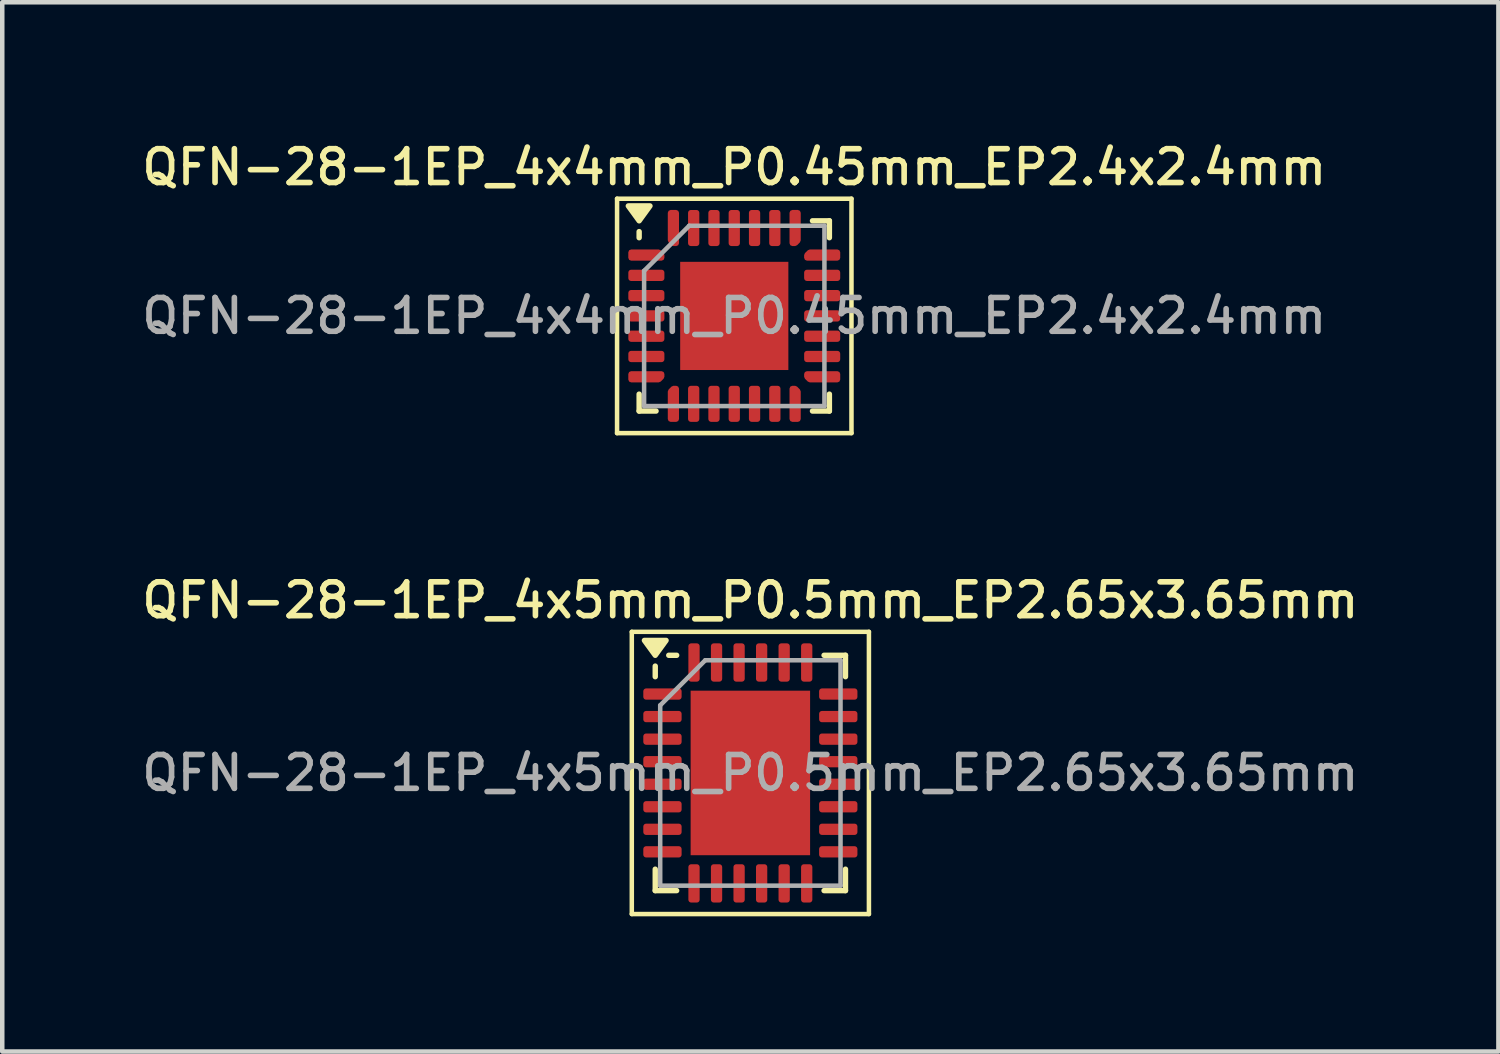
<source format=kicad_pcb>
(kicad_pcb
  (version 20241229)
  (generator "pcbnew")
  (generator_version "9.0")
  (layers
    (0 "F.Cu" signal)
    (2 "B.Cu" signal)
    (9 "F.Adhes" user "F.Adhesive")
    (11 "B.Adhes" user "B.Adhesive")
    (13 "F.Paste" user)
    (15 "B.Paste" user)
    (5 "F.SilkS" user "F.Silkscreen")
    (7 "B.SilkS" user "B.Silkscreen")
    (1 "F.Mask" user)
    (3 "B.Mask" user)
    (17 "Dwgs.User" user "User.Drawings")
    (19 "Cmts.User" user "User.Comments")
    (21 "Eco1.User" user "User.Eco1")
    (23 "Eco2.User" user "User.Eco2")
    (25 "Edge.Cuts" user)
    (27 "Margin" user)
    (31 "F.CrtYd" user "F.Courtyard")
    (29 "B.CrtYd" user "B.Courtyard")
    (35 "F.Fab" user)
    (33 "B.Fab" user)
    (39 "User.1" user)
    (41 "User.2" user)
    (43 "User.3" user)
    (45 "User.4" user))
  (footprint "QFN-28-1EP_4x4mm_P0.45mm_EP2.4x2.4mm"
    (layer "F.Cu")
    (at 13.238 3.958)
    (property "Reference" "QFN-28-1EP_4x4mm_P0.45mm_EP2.4x2.4mm" (at 0 -3.3 0) (layer "F.SilkS") (effects (font (size 0.75 0.75) (thickness 0.125))))
    (attr smd)
    (fp_line (start -2.6 -2.6) (end -2.6 2.6) (stroke (width 0.1) (type solid)) (layer "F.SilkS"))
    (fp_line (start -2.6 2.6) (end 2.6 2.6) (stroke (width 0.1) (type solid)) (layer "F.SilkS"))
    (fp_line (start -2.11 -1.735) (end -2.11 -1.87) (stroke (width 0.12) (type solid)) (layer "F.SilkS"))
    (fp_line (start -2.11 2.11) (end -2.11 1.735) (stroke (width 0.12) (type solid)) (layer "F.SilkS"))
    (fp_line (start -1.735 2.11) (end -2.11 2.11) (stroke (width 0.12) (type solid)) (layer "F.SilkS"))
    (fp_line (start 1.735 -2.11) (end 2.11 -2.11) (stroke (width 0.12) (type solid)) (layer "F.SilkS"))
    (fp_line (start 1.735 2.11) (end 2.11 2.11) (stroke (width 0.12) (type solid)) (layer "F.SilkS"))
    (fp_line (start 2.11 -2.11) (end 2.11 -1.735) (stroke (width 0.12) (type solid)) (layer "F.SilkS"))
    (fp_line (start 2.11 2.11) (end 2.11 1.735) (stroke (width 0.12) (type solid)) (layer "F.SilkS"))
    (fp_line (start 2.6 -2.6) (end -2.6 -2.6) (stroke (width 0.1) (type solid)) (layer "F.SilkS"))
    (fp_line (start 2.6 2.6) (end 2.6 -2.6) (stroke (width 0.1) (type solid)) (layer "F.SilkS"))
    (fp_poly (pts (xy -2.11 -2.11) (xy -2.35 -2.44) (xy -1.87 -2.44) (xy -2.11 -2.11)) (stroke (width 0.12) (type solid)) (fill yes) (layer "F.SilkS"))
    (fp_line (start -2 -1) (end -1 -2) (stroke (width 0.1) (type solid)) (layer "F.Fab"))
    (fp_line (start -2 2) (end -2 -1) (stroke (width 0.1) (type solid)) (layer "F.Fab"))
    (fp_line (start -1 -2) (end 2 -2) (stroke (width 0.1) (type solid)) (layer "F.Fab"))
    (fp_line (start 2 -2) (end 2 2) (stroke (width 0.1) (type solid)) (layer "F.Fab"))
    (fp_line (start 2 2) (end -2 2) (stroke (width 0.1) (type solid)) (layer "F.Fab"))
    (fp_text user "${REFERENCE}" (at 0 0 0) (layer "F.Fab") (effects (font (size 0.75 0.75) (thickness 0.125))))
    (pad "" smd roundrect (at -0.6 -0.6) (size 0.97 0.97) (layers "F.Paste") (roundrect_rratio 0.25))
    (pad "" smd roundrect (at -0.6 0.6) (size 0.97 0.97) (layers "F.Paste") (roundrect_rratio 0.25))
    (pad "" smd roundrect (at 0.6 -0.6) (size 0.97 0.97) (layers "F.Paste") (roundrect_rratio 0.25))
    (pad "" smd roundrect (at 0.6 0.6) (size 0.97 0.97) (layers "F.Paste") (roundrect_rratio 0.25))
    (pad "1" smd custom (at -1.95 -1.35) (size 0.179 0.179) (layers "F.Cu" "F.Mask" "F.Paste") (options (anchor circle)) (primitives (gr_poly (pts (xy -0.338 -0.062) (xy 0.274 -0.062) (xy 0.338 0.001) (xy 0.338 0.062) (xy -0.338 0.062)) (width 0.125) (fill yes))))
    (pad "2" smd roundrect (at -1.95 -0.9) (size 0.8 0.25) (layers "F.Cu" "F.Mask" "F.Paste") (roundrect_rratio 0.25))
    (pad "3" smd roundrect (at -1.95 -0.45) (size 0.8 0.25) (layers "F.Cu" "F.Mask" "F.Paste") (roundrect_rratio 0.25))
    (pad "4" smd roundrect (at -1.95 0) (size 0.8 0.25) (layers "F.Cu" "F.Mask" "F.Paste") (roundrect_rratio 0.25))
    (pad "5" smd roundrect (at -1.95 0.45) (size 0.8 0.25) (layers "F.Cu" "F.Mask" "F.Paste") (roundrect_rratio 0.25))
    (pad "6" smd roundrect (at -1.95 0.9) (size 0.8 0.25) (layers "F.Cu" "F.Mask" "F.Paste") (roundrect_rratio 0.25))
    (pad "7" smd custom (at -1.95 1.35) (size 0.179 0.179) (layers "F.Cu" "F.Mask" "F.Paste") (options (anchor circle)) (primitives (gr_poly (pts (xy -0.338 -0.062) (xy 0.338 -0.062) (xy 0.338 -0.001) (xy 0.274 0.062) (xy -0.338 0.062)) (width 0.125) (fill yes))))
    (pad "8" smd custom (at -1.35 1.95) (size 0.179 0.179) (layers "F.Cu" "F.Mask" "F.Paste") (options (anchor circle)) (primitives (gr_poly (pts (xy -0.062 -0.274) (xy 0.001 -0.338) (xy 0.062 -0.338) (xy 0.062 0.338) (xy -0.062 0.338)) (width 0.125) (fill yes))))
    (pad "9" smd roundrect (at -0.9 1.95) (size 0.25 0.8) (layers "F.Cu" "F.Mask" "F.Paste") (roundrect_rratio 0.25))
    (pad "10" smd roundrect (at -0.45 1.95) (size 0.25 0.8) (layers "F.Cu" "F.Mask" "F.Paste") (roundrect_rratio 0.25))
    (pad "11" smd roundrect (at 0 1.95) (size 0.25 0.8) (layers "F.Cu" "F.Mask" "F.Paste") (roundrect_rratio 0.25))
    (pad "12" smd roundrect (at 0.45 1.95) (size 0.25 0.8) (layers "F.Cu" "F.Mask" "F.Paste") (roundrect_rratio 0.25))
    (pad "13" smd roundrect (at 0.9 1.95) (size 0.25 0.8) (layers "F.Cu" "F.Mask" "F.Paste") (roundrect_rratio 0.25))
    (pad "14" smd custom (at 1.35 1.95) (size 0.179 0.179) (layers "F.Cu" "F.Mask" "F.Paste") (options (anchor circle)) (primitives (gr_poly (pts (xy -0.062 -0.338) (xy -0.001 -0.338) (xy 0.062 -0.274) (xy 0.062 0.338) (xy -0.062 0.338)) (width 0.125) (fill yes))))
    (pad "15" smd custom (at 1.95 1.35) (size 0.179 0.179) (layers "F.Cu" "F.Mask" "F.Paste") (options (anchor circle)) (primitives (gr_poly (pts (xy -0.338 -0.062) (xy 0.338 -0.062) (xy 0.338 0.062) (xy -0.274 0.062) (xy -0.338 -0.001)) (width 0.125) (fill yes))))
    (pad "16" smd roundrect (at 1.95 0.9) (size 0.8 0.25) (layers "F.Cu" "F.Mask" "F.Paste") (roundrect_rratio 0.25))
    (pad "17" smd roundrect (at 1.95 0.45) (size 0.8 0.25) (layers "F.Cu" "F.Mask" "F.Paste") (roundrect_rratio 0.25))
    (pad "18" smd roundrect (at 1.95 0) (size 0.8 0.25) (layers "F.Cu" "F.Mask" "F.Paste") (roundrect_rratio 0.25))
    (pad "19" smd roundrect (at 1.95 -0.45) (size 0.8 0.25) (layers "F.Cu" "F.Mask" "F.Paste") (roundrect_rratio 0.25))
    (pad "20" smd roundrect (at 1.95 -0.9) (size 0.8 0.25) (layers "F.Cu" "F.Mask" "F.Paste") (roundrect_rratio 0.25))
    (pad "21" smd custom (at 1.95 -1.35) (size 0.179 0.179) (layers "F.Cu" "F.Mask" "F.Paste") (options (anchor circle)) (primitives (gr_poly (pts (xy -0.338 0.001) (xy -0.274 -0.062) (xy 0.338 -0.062) (xy 0.338 0.062) (xy -0.338 0.062)) (width 0.125) (fill yes))))
    (pad "22" smd custom (at 1.35 -1.95) (size 0.179 0.179) (layers "F.Cu" "F.Mask" "F.Paste") (options (anchor circle)) (primitives (gr_poly (pts (xy -0.062 -0.338) (xy 0.062 -0.338) (xy 0.062 0.274) (xy -0.001 0.338) (xy -0.062 0.338)) (width 0.125) (fill yes))))
    (pad "23" smd roundrect (at 0.9 -1.95) (size 0.25 0.8) (layers "F.Cu" "F.Mask" "F.Paste") (roundrect_rratio 0.25))
    (pad "24" smd roundrect (at 0.45 -1.95) (size 0.25 0.8) (layers "F.Cu" "F.Mask" "F.Paste") (roundrect_rratio 0.25))
    (pad "25" smd roundrect (at 0 -1.95) (size 0.25 0.8) (layers "F.Cu" "F.Mask" "F.Paste") (roundrect_rratio 0.25))
    (pad "26" smd roundrect (at -0.45 -1.95) (size 0.25 0.8) (layers "F.Cu" "F.Mask" "F.Paste") (roundrect_rratio 0.25))
    (pad "27" smd roundrect (at -0.9 -1.95) (size 0.25 0.8) (layers "F.Cu" "F.Mask" "F.Paste") (roundrect_rratio 0.25))
    (pad "28" smd custom (at -1.35 -1.95) (size 0.179 0.179) (layers "F.Cu" "F.Mask" "F.Paste") (options (anchor circle)) (primitives (gr_poly (pts (xy -0.062 -0.338) (xy 0.062 -0.338) (xy 0.062 0.338) (xy 0.001 0.338) (xy -0.062 0.274)) (width 0.125) (fill yes))))
    (pad "29" smd rect (at 0 0) (size 2.4 2.4) (property pad_prop_heatsink) (layers "F.Cu" "F.Mask")))
  (footprint "QFN-28-1EP_4x5mm_P0.5mm_EP2.65x3.65mm"
    (layer "F.Cu")
    (at 13.595 14.096)
    (property "Reference" "QFN-28-1EP_4x5mm_P0.5mm_EP2.65x3.65mm" (at 0 -3.83 0) (layer "F.SilkS") (effects (font (size 0.75 0.75) (thickness 0.125))))
    (attr smd)
    (fp_line (start -2.63 -3.13) (end -2.63 3.13) (stroke (width 0.1) (type solid)) (layer "F.SilkS"))
    (fp_line (start -2.63 3.13) (end 2.63 3.13) (stroke (width 0.1) (type solid)) (layer "F.SilkS"))
    (fp_line (start -2.11 -2.135) (end -2.11 -2.37) (stroke (width 0.12) (type solid)) (layer "F.SilkS"))
    (fp_line (start -2.11 2.61) (end -2.11 2.135) (stroke (width 0.12) (type solid)) (layer "F.SilkS"))
    (fp_line (start -1.635 -2.61) (end -1.81 -2.61) (stroke (width 0.12) (type solid)) (layer "F.SilkS"))
    (fp_line (start -1.635 2.61) (end -2.11 2.61) (stroke (width 0.12) (type solid)) (layer "F.SilkS"))
    (fp_line (start 1.635 -2.61) (end 2.11 -2.61) (stroke (width 0.12) (type solid)) (layer "F.SilkS"))
    (fp_line (start 1.635 2.61) (end 2.11 2.61) (stroke (width 0.12) (type solid)) (layer "F.SilkS"))
    (fp_line (start 2.11 -2.61) (end 2.11 -2.135) (stroke (width 0.12) (type solid)) (layer "F.SilkS"))
    (fp_line (start 2.11 2.61) (end 2.11 2.135) (stroke (width 0.12) (type solid)) (layer "F.SilkS"))
    (fp_line (start 2.63 -3.13) (end -2.63 -3.13) (stroke (width 0.1) (type solid)) (layer "F.SilkS"))
    (fp_line (start 2.63 3.13) (end 2.63 -3.13) (stroke (width 0.1) (type solid)) (layer "F.SilkS"))
    (fp_poly (pts (xy -2.11 -2.61) (xy -2.35 -2.94) (xy -1.87 -2.94) (xy -2.11 -2.61)) (stroke (width 0.12) (type solid)) (fill yes) (layer "F.SilkS"))
    (fp_line (start -2 -1.5) (end -1 -2.5) (stroke (width 0.1) (type solid)) (layer "F.Fab"))
    (fp_line (start -2 2.5) (end -2 -1.5) (stroke (width 0.1) (type solid)) (layer "F.Fab"))
    (fp_line (start -1 -2.5) (end 2 -2.5) (stroke (width 0.1) (type solid)) (layer "F.Fab"))
    (fp_line (start 2 -2.5) (end 2 2.5) (stroke (width 0.1) (type solid)) (layer "F.Fab"))
    (fp_line (start 2 2.5) (end -2 2.5) (stroke (width 0.1) (type solid)) (layer "F.Fab"))
    (fp_text user "${REFERENCE}" (at 0 0 0) (layer "F.Fab") (effects (font (size 0.75 0.75) (thickness 0.125))))
    (pad "" smd roundrect (at -0.66 -1.22) (size 1.07 0.98) (layers "F.Paste") (roundrect_rratio 0.25))
    (pad "" smd roundrect (at -0.66 0) (size 1.07 0.98) (layers "F.Paste") (roundrect_rratio 0.25))
    (pad "" smd roundrect (at -0.66 1.22) (size 1.07 0.98) (layers "F.Paste") (roundrect_rratio 0.25))
    (pad "" smd roundrect (at 0.66 -1.22) (size 1.07 0.98) (layers "F.Paste") (roundrect_rratio 0.25))
    (pad "" smd roundrect (at 0.66 0) (size 1.07 0.98) (layers "F.Paste") (roundrect_rratio 0.25))
    (pad "" smd roundrect (at 0.66 1.22) (size 1.07 0.98) (layers "F.Paste") (roundrect_rratio 0.25))
    (pad "1" smd roundrect (at -1.95 -1.75) (size 0.85 0.25) (layers "F.Cu" "F.Mask" "F.Paste") (roundrect_rratio 0.25))
    (pad "2" smd roundrect (at -1.95 -1.25) (size 0.85 0.25) (layers "F.Cu" "F.Mask" "F.Paste") (roundrect_rratio 0.25))
    (pad "3" smd roundrect (at -1.95 -0.75) (size 0.85 0.25) (layers "F.Cu" "F.Mask" "F.Paste") (roundrect_rratio 0.25))
    (pad "4" smd roundrect (at -1.95 -0.25) (size 0.85 0.25) (layers "F.Cu" "F.Mask" "F.Paste") (roundrect_rratio 0.25))
    (pad "5" smd roundrect (at -1.95 0.25) (size 0.85 0.25) (layers "F.Cu" "F.Mask" "F.Paste") (roundrect_rratio 0.25))
    (pad "6" smd roundrect (at -1.95 0.75) (size 0.85 0.25) (layers "F.Cu" "F.Mask" "F.Paste") (roundrect_rratio 0.25))
    (pad "7" smd roundrect (at -1.95 1.25) (size 0.85 0.25) (layers "F.Cu" "F.Mask" "F.Paste") (roundrect_rratio 0.25))
    (pad "8" smd roundrect (at -1.95 1.75) (size 0.85 0.25) (layers "F.Cu" "F.Mask" "F.Paste") (roundrect_rratio 0.25))
    (pad "9" smd roundrect (at -1.25 2.45) (size 0.25 0.85) (layers "F.Cu" "F.Mask" "F.Paste") (roundrect_rratio 0.25))
    (pad "10" smd roundrect (at -0.75 2.45) (size 0.25 0.85) (layers "F.Cu" "F.Mask" "F.Paste") (roundrect_rratio 0.25))
    (pad "11" smd roundrect (at -0.25 2.45) (size 0.25 0.85) (layers "F.Cu" "F.Mask" "F.Paste") (roundrect_rratio 0.25))
    (pad "12" smd roundrect (at 0.25 2.45) (size 0.25 0.85) (layers "F.Cu" "F.Mask" "F.Paste") (roundrect_rratio 0.25))
    (pad "13" smd roundrect (at 0.75 2.45) (size 0.25 0.85) (layers "F.Cu" "F.Mask" "F.Paste") (roundrect_rratio 0.25))
    (pad "14" smd roundrect (at 1.25 2.45) (size 0.25 0.85) (layers "F.Cu" "F.Mask" "F.Paste") (roundrect_rratio 0.25))
    (pad "15" smd roundrect (at 1.95 1.75) (size 0.85 0.25) (layers "F.Cu" "F.Mask" "F.Paste") (roundrect_rratio 0.25))
    (pad "16" smd roundrect (at 1.95 1.25) (size 0.85 0.25) (layers "F.Cu" "F.Mask" "F.Paste") (roundrect_rratio 0.25))
    (pad "17" smd roundrect (at 1.95 0.75) (size 0.85 0.25) (layers "F.Cu" "F.Mask" "F.Paste") (roundrect_rratio 0.25))
    (pad "18" smd roundrect (at 1.95 0.25) (size 0.85 0.25) (layers "F.Cu" "F.Mask" "F.Paste") (roundrect_rratio 0.25))
    (pad "19" smd roundrect (at 1.95 -0.25) (size 0.85 0.25) (layers "F.Cu" "F.Mask" "F.Paste") (roundrect_rratio 0.25))
    (pad "20" smd roundrect (at 1.95 -0.75) (size 0.85 0.25) (layers "F.Cu" "F.Mask" "F.Paste") (roundrect_rratio 0.25))
    (pad "21" smd roundrect (at 1.95 -1.25) (size 0.85 0.25) (layers "F.Cu" "F.Mask" "F.Paste") (roundrect_rratio 0.25))
    (pad "22" smd roundrect (at 1.95 -1.75) (size 0.85 0.25) (layers "F.Cu" "F.Mask" "F.Paste") (roundrect_rratio 0.25))
    (pad "23" smd roundrect (at 1.25 -2.45) (size 0.25 0.85) (layers "F.Cu" "F.Mask" "F.Paste") (roundrect_rratio 0.25))
    (pad "24" smd roundrect (at 0.75 -2.45) (size 0.25 0.85) (layers "F.Cu" "F.Mask" "F.Paste") (roundrect_rratio 0.25))
    (pad "25" smd roundrect (at 0.25 -2.45) (size 0.25 0.85) (layers "F.Cu" "F.Mask" "F.Paste") (roundrect_rratio 0.25))
    (pad "26" smd roundrect (at -0.25 -2.45) (size 0.25 0.85) (layers "F.Cu" "F.Mask" "F.Paste") (roundrect_rratio 0.25))
    (pad "27" smd roundrect (at -0.75 -2.45) (size 0.25 0.85) (layers "F.Cu" "F.Mask" "F.Paste") (roundrect_rratio 0.25))
    (pad "28" smd roundrect (at -1.25 -2.45) (size 0.25 0.85) (layers "F.Cu" "F.Mask" "F.Paste") (roundrect_rratio 0.25))
    (pad "29" smd rect (at 0 0) (size 2.65 3.65) (property pad_prop_heatsink) (layers "F.Cu" "F.Mask")))
  (gr_rect
    (start -3 -3)
    (end 30.189 20.276)
    (stroke (width 0.1) (type default))
    (fill no)
    (layer "Edge.Cuts")))
</source>
